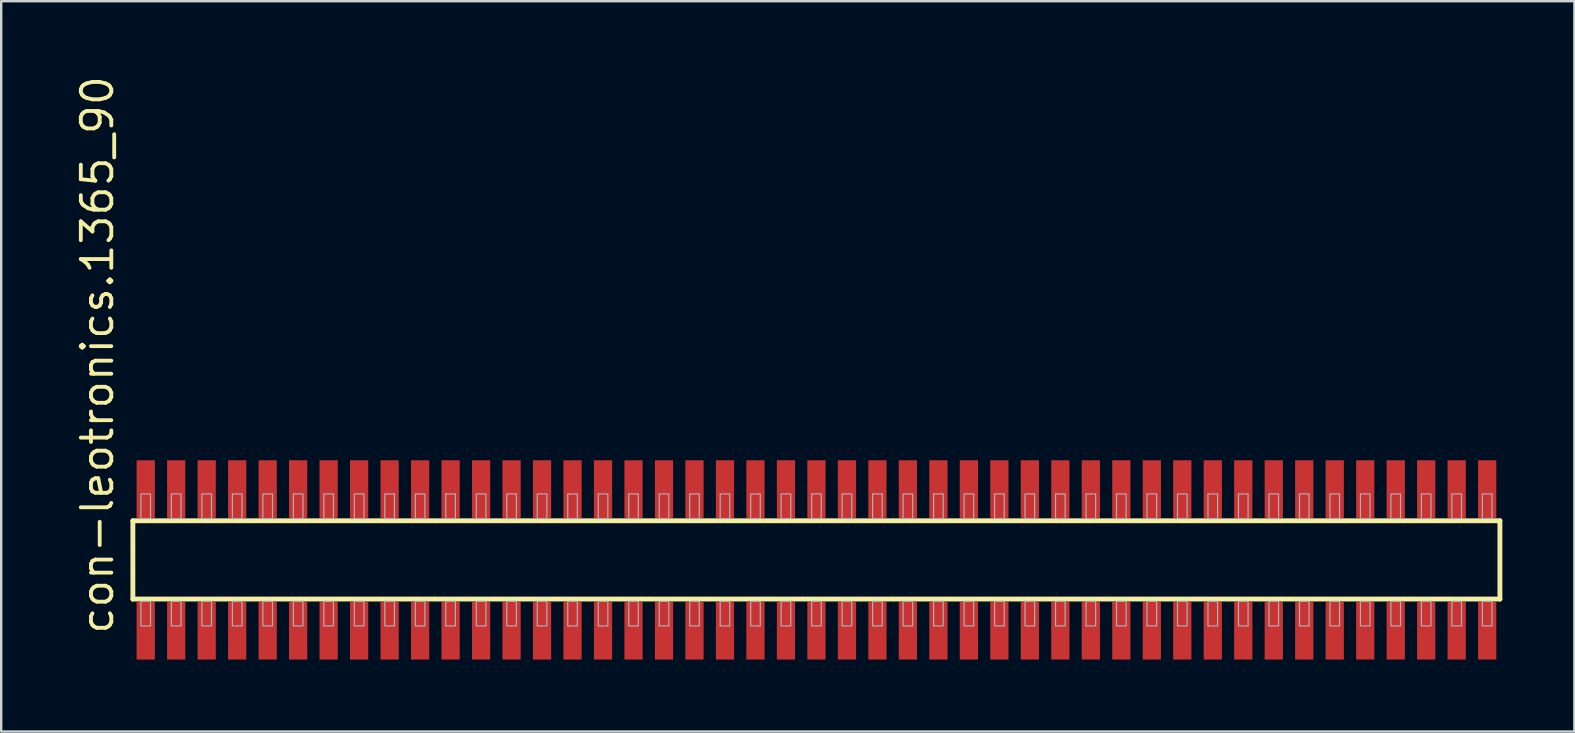
<source format=kicad_pcb>
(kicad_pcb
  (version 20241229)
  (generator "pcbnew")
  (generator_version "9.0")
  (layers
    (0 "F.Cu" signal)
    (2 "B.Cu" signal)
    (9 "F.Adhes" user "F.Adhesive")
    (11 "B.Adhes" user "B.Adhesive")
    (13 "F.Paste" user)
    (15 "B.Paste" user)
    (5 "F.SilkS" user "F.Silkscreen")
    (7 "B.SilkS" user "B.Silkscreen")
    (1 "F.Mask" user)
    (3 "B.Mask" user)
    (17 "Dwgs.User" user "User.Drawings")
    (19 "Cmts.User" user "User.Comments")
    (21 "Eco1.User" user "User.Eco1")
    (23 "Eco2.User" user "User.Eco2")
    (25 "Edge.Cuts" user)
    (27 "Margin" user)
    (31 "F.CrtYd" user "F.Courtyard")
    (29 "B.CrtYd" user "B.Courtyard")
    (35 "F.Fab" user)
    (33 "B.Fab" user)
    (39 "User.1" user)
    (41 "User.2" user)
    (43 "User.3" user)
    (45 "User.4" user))
  (footprint "con-leotronics.1365_90"
    (layer "F.Cu")
    (at 30.96 20.274)
    (property "Reference" "con-leotronics.1365_90" (at -29.21 3.175 90) (layer "F.SilkS") (effects (font (size 1.27 1.27) (thickness 0.16)) (justify left bottom)))
    (attr smd)
    (fp_line (start -28.475 -1.63) (end 28.47 -1.63) (stroke (width 0.203) (type default)) (layer "F.SilkS"))
    (fp_line (start -28.475 1.63) (end -28.475 -1.63) (stroke (width 0.203) (type default)) (layer "F.SilkS"))
    (fp_line (start 28.47 -1.63) (end 28.47 1.63) (stroke (width 0.203) (type default)) (layer "F.SilkS"))
    (fp_line (start 28.47 1.63) (end -28.475 1.63) (stroke (width 0.203) (type default)) (layer "F.SilkS"))
    (fp_rect (start -28.14 -1.725) (end -27.74 -2.75) (stroke (width 0.05) (type default)) (fill no) (layer "F.Fab"))
    (fp_rect (start -28.14 2.75) (end -27.74 1.725) (stroke (width 0.05) (type default)) (fill no) (layer "F.Fab"))
    (fp_rect (start -26.87 -1.725) (end -26.47 -2.75) (stroke (width 0.05) (type default)) (fill no) (layer "F.Fab"))
    (fp_rect (start -26.87 2.75) (end -26.47 1.725) (stroke (width 0.05) (type default)) (fill no) (layer "F.Fab"))
    (fp_rect (start -25.6 -1.725) (end -25.2 -2.75) (stroke (width 0.05) (type default)) (fill no) (layer "F.Fab"))
    (fp_rect (start -25.6 2.75) (end -25.2 1.725) (stroke (width 0.05) (type default)) (fill no) (layer "F.Fab"))
    (fp_rect (start -24.33 -1.725) (end -23.93 -2.75) (stroke (width 0.05) (type default)) (fill no) (layer "F.Fab"))
    (fp_rect (start -24.33 2.75) (end -23.93 1.725) (stroke (width 0.05) (type default)) (fill no) (layer "F.Fab"))
    (fp_rect (start -23.06 -1.725) (end -22.66 -2.75) (stroke (width 0.05) (type default)) (fill no) (layer "F.Fab"))
    (fp_rect (start -23.06 2.75) (end -22.66 1.725) (stroke (width 0.05) (type default)) (fill no) (layer "F.Fab"))
    (fp_rect (start -21.79 -1.725) (end -21.39 -2.75) (stroke (width 0.05) (type default)) (fill no) (layer "F.Fab"))
    (fp_rect (start -21.79 2.75) (end -21.39 1.725) (stroke (width 0.05) (type default)) (fill no) (layer "F.Fab"))
    (fp_rect (start -20.52 -1.725) (end -20.12 -2.75) (stroke (width 0.05) (type default)) (fill no) (layer "F.Fab"))
    (fp_rect (start -20.52 2.75) (end -20.12 1.725) (stroke (width 0.05) (type default)) (fill no) (layer "F.Fab"))
    (fp_rect (start -19.25 -1.725) (end -18.85 -2.75) (stroke (width 0.05) (type default)) (fill no) (layer "F.Fab"))
    (fp_rect (start -19.25 2.75) (end -18.85 1.725) (stroke (width 0.05) (type default)) (fill no) (layer "F.Fab"))
    (fp_rect (start -17.98 -1.725) (end -17.58 -2.75) (stroke (width 0.05) (type default)) (fill no) (layer "F.Fab"))
    (fp_rect (start -17.98 2.75) (end -17.58 1.725) (stroke (width 0.05) (type default)) (fill no) (layer "F.Fab"))
    (fp_rect (start -16.71 -1.725) (end -16.31 -2.75) (stroke (width 0.05) (type default)) (fill no) (layer "F.Fab"))
    (fp_rect (start -16.71 2.75) (end -16.31 1.725) (stroke (width 0.05) (type default)) (fill no) (layer "F.Fab"))
    (fp_rect (start -15.44 -1.725) (end -15.04 -2.75) (stroke (width 0.05) (type default)) (fill no) (layer "F.Fab"))
    (fp_rect (start -15.44 2.75) (end -15.04 1.725) (stroke (width 0.05) (type default)) (fill no) (layer "F.Fab"))
    (fp_rect (start -14.17 -1.725) (end -13.77 -2.75) (stroke (width 0.05) (type default)) (fill no) (layer "F.Fab"))
    (fp_rect (start -14.17 2.75) (end -13.77 1.725) (stroke (width 0.05) (type default)) (fill no) (layer "F.Fab"))
    (fp_rect (start -12.9 -1.725) (end -12.5 -2.75) (stroke (width 0.05) (type default)) (fill no) (layer "F.Fab"))
    (fp_rect (start -12.9 2.75) (end -12.5 1.725) (stroke (width 0.05) (type default)) (fill no) (layer "F.Fab"))
    (fp_rect (start -11.63 -1.725) (end -11.23 -2.75) (stroke (width 0.05) (type default)) (fill no) (layer "F.Fab"))
    (fp_rect (start -11.63 2.75) (end -11.23 1.725) (stroke (width 0.05) (type default)) (fill no) (layer "F.Fab"))
    (fp_rect (start -10.36 -1.725) (end -9.96 -2.75) (stroke (width 0.05) (type default)) (fill no) (layer "F.Fab"))
    (fp_rect (start -10.36 2.75) (end -9.96 1.725) (stroke (width 0.05) (type default)) (fill no) (layer "F.Fab"))
    (fp_rect (start -9.09 -1.725) (end -8.69 -2.75) (stroke (width 0.05) (type default)) (fill no) (layer "F.Fab"))
    (fp_rect (start -9.09 2.75) (end -8.69 1.725) (stroke (width 0.05) (type default)) (fill no) (layer "F.Fab"))
    (fp_rect (start -7.82 -1.725) (end -7.42 -2.75) (stroke (width 0.05) (type default)) (fill no) (layer "F.Fab"))
    (fp_rect (start -7.82 2.75) (end -7.42 1.725) (stroke (width 0.05) (type default)) (fill no) (layer "F.Fab"))
    (fp_rect (start -6.55 -1.725) (end -6.15 -2.75) (stroke (width 0.05) (type default)) (fill no) (layer "F.Fab"))
    (fp_rect (start -6.55 2.75) (end -6.15 1.725) (stroke (width 0.05) (type default)) (fill no) (layer "F.Fab"))
    (fp_rect (start -5.28 -1.725) (end -4.88 -2.75) (stroke (width 0.05) (type default)) (fill no) (layer "F.Fab"))
    (fp_rect (start -5.28 2.75) (end -4.88 1.725) (stroke (width 0.05) (type default)) (fill no) (layer "F.Fab"))
    (fp_rect (start -4.01 -1.725) (end -3.61 -2.75) (stroke (width 0.05) (type default)) (fill no) (layer "F.Fab"))
    (fp_rect (start -4.01 2.75) (end -3.61 1.725) (stroke (width 0.05) (type default)) (fill no) (layer "F.Fab"))
    (fp_rect (start -2.74 -1.725) (end -2.34 -2.75) (stroke (width 0.05) (type default)) (fill no) (layer "F.Fab"))
    (fp_rect (start -2.74 2.75) (end -2.34 1.725) (stroke (width 0.05) (type default)) (fill no) (layer "F.Fab"))
    (fp_rect (start -1.47 -1.725) (end -1.07 -2.75) (stroke (width 0.05) (type default)) (fill no) (layer "F.Fab"))
    (fp_rect (start -1.47 2.75) (end -1.07 1.725) (stroke (width 0.05) (type default)) (fill no) (layer "F.Fab"))
    (fp_rect (start -0.2 -1.725) (end 0.2 -2.75) (stroke (width 0.05) (type default)) (fill no) (layer "F.Fab"))
    (fp_rect (start -0.2 2.75) (end 0.2 1.725) (stroke (width 0.05) (type default)) (fill no) (layer "F.Fab"))
    (fp_rect (start 1.07 -1.725) (end 1.47 -2.75) (stroke (width 0.05) (type default)) (fill no) (layer "F.Fab"))
    (fp_rect (start 1.07 2.75) (end 1.47 1.725) (stroke (width 0.05) (type default)) (fill no) (layer "F.Fab"))
    (fp_rect (start 2.34 -1.725) (end 2.74 -2.75) (stroke (width 0.05) (type default)) (fill no) (layer "F.Fab"))
    (fp_rect (start 2.34 2.75) (end 2.74 1.725) (stroke (width 0.05) (type default)) (fill no) (layer "F.Fab"))
    (fp_rect (start 3.61 -1.725) (end 4.01 -2.75) (stroke (width 0.05) (type default)) (fill no) (layer "F.Fab"))
    (fp_rect (start 3.61 2.75) (end 4.01 1.725) (stroke (width 0.05) (type default)) (fill no) (layer "F.Fab"))
    (fp_rect (start 4.88 -1.725) (end 5.28 -2.75) (stroke (width 0.05) (type default)) (fill no) (layer "F.Fab"))
    (fp_rect (start 4.88 2.75) (end 5.28 1.725) (stroke (width 0.05) (type default)) (fill no) (layer "F.Fab"))
    (fp_rect (start 6.15 -1.725) (end 6.55 -2.75) (stroke (width 0.05) (type default)) (fill no) (layer "F.Fab"))
    (fp_rect (start 6.15 2.75) (end 6.55 1.725) (stroke (width 0.05) (type default)) (fill no) (layer "F.Fab"))
    (fp_rect (start 7.42 -1.725) (end 7.82 -2.75) (stroke (width 0.05) (type default)) (fill no) (layer "F.Fab"))
    (fp_rect (start 7.42 2.75) (end 7.82 1.725) (stroke (width 0.05) (type default)) (fill no) (layer "F.Fab"))
    (fp_rect (start 8.69 -1.725) (end 9.09 -2.75) (stroke (width 0.05) (type default)) (fill no) (layer "F.Fab"))
    (fp_rect (start 8.69 2.75) (end 9.09 1.725) (stroke (width 0.05) (type default)) (fill no) (layer "F.Fab"))
    (fp_rect (start 9.96 -1.725) (end 10.36 -2.75) (stroke (width 0.05) (type default)) (fill no) (layer "F.Fab"))
    (fp_rect (start 9.96 2.75) (end 10.36 1.725) (stroke (width 0.05) (type default)) (fill no) (layer "F.Fab"))
    (fp_rect (start 11.23 -1.725) (end 11.63 -2.75) (stroke (width 0.05) (type default)) (fill no) (layer "F.Fab"))
    (fp_rect (start 11.23 2.75) (end 11.63 1.725) (stroke (width 0.05) (type default)) (fill no) (layer "F.Fab"))
    (fp_rect (start 12.5 -1.725) (end 12.9 -2.75) (stroke (width 0.05) (type default)) (fill no) (layer "F.Fab"))
    (fp_rect (start 12.5 2.75) (end 12.9 1.725) (stroke (width 0.05) (type default)) (fill no) (layer "F.Fab"))
    (fp_rect (start 13.77 -1.725) (end 14.17 -2.75) (stroke (width 0.05) (type default)) (fill no) (layer "F.Fab"))
    (fp_rect (start 13.77 2.75) (end 14.17 1.725) (stroke (width 0.05) (type default)) (fill no) (layer "F.Fab"))
    (fp_rect (start 15.04 -1.725) (end 15.44 -2.75) (stroke (width 0.05) (type default)) (fill no) (layer "F.Fab"))
    (fp_rect (start 15.04 2.75) (end 15.44 1.725) (stroke (width 0.05) (type default)) (fill no) (layer "F.Fab"))
    (fp_rect (start 16.31 -1.725) (end 16.71 -2.75) (stroke (width 0.05) (type default)) (fill no) (layer "F.Fab"))
    (fp_rect (start 16.31 2.75) (end 16.71 1.725) (stroke (width 0.05) (type default)) (fill no) (layer "F.Fab"))
    (fp_rect (start 17.58 -1.725) (end 17.98 -2.75) (stroke (width 0.05) (type default)) (fill no) (layer "F.Fab"))
    (fp_rect (start 17.58 2.75) (end 17.98 1.725) (stroke (width 0.05) (type default)) (fill no) (layer "F.Fab"))
    (fp_rect (start 18.85 -1.725) (end 19.25 -2.75) (stroke (width 0.05) (type default)) (fill no) (layer "F.Fab"))
    (fp_rect (start 18.85 2.75) (end 19.25 1.725) (stroke (width 0.05) (type default)) (fill no) (layer "F.Fab"))
    (fp_rect (start 20.12 -1.725) (end 20.52 -2.75) (stroke (width 0.05) (type default)) (fill no) (layer "F.Fab"))
    (fp_rect (start 20.12 2.75) (end 20.52 1.725) (stroke (width 0.05) (type default)) (fill no) (layer "F.Fab"))
    (fp_rect (start 21.39 -1.725) (end 21.79 -2.75) (stroke (width 0.05) (type default)) (fill no) (layer "F.Fab"))
    (fp_rect (start 21.39 2.75) (end 21.79 1.725) (stroke (width 0.05) (type default)) (fill no) (layer "F.Fab"))
    (fp_rect (start 22.66 -1.725) (end 23.06 -2.75) (stroke (width 0.05) (type default)) (fill no) (layer "F.Fab"))
    (fp_rect (start 22.66 2.75) (end 23.06 1.725) (stroke (width 0.05) (type default)) (fill no) (layer "F.Fab"))
    (fp_rect (start 23.93 -1.725) (end 24.33 -2.75) (stroke (width 0.05) (type default)) (fill no) (layer "F.Fab"))
    (fp_rect (start 23.93 2.75) (end 24.33 1.725) (stroke (width 0.05) (type default)) (fill no) (layer "F.Fab"))
    (fp_rect (start 25.2 -1.725) (end 25.6 -2.75) (stroke (width 0.05) (type default)) (fill no) (layer "F.Fab"))
    (fp_rect (start 25.2 2.75) (end 25.6 1.725) (stroke (width 0.05) (type default)) (fill no) (layer "F.Fab"))
    (fp_rect (start 26.47 -1.725) (end 26.87 -2.75) (stroke (width 0.05) (type default)) (fill no) (layer "F.Fab"))
    (fp_rect (start 26.47 2.75) (end 26.87 1.725) (stroke (width 0.05) (type default)) (fill no) (layer "F.Fab"))
    (fp_rect (start 27.74 -1.725) (end 28.14 -2.75) (stroke (width 0.05) (type default)) (fill no) (layer "F.Fab"))
    (fp_rect (start 27.74 2.75) (end 28.14 1.725) (stroke (width 0.05) (type default)) (fill no) (layer "F.Fab"))
    (pad "1" smd roundrect (at -27.94 2.95) (size 0.76 2.4) (layers "F.Cu" "F.Mask" "F.Paste") (roundrect_rratio 0.01))
    (pad "2" smd roundrect (at -27.94 -2.95) (size 0.76 2.4) (layers "F.Cu" "F.Mask" "F.Paste") (roundrect_rratio 0.01))
    (pad "3" smd roundrect (at -26.67 2.95) (size 0.76 2.4) (layers "F.Cu" "F.Mask" "F.Paste") (roundrect_rratio 0.01))
    (pad "4" smd roundrect (at -26.67 -2.95) (size 0.76 2.4) (layers "F.Cu" "F.Mask" "F.Paste") (roundrect_rratio 0.01))
    (pad "5" smd roundrect (at -25.4 2.95) (size 0.76 2.4) (layers "F.Cu" "F.Mask" "F.Paste") (roundrect_rratio 0.01))
    (pad "6" smd roundrect (at -25.4 -2.95) (size 0.76 2.4) (layers "F.Cu" "F.Mask" "F.Paste") (roundrect_rratio 0.01))
    (pad "7" smd roundrect (at -24.13 2.95) (size 0.76 2.4) (layers "F.Cu" "F.Mask" "F.Paste") (roundrect_rratio 0.01))
    (pad "8" smd roundrect (at -24.13 -2.95) (size 0.76 2.4) (layers "F.Cu" "F.Mask" "F.Paste") (roundrect_rratio 0.01))
    (pad "9" smd roundrect (at -22.86 2.95) (size 0.76 2.4) (layers "F.Cu" "F.Mask" "F.Paste") (roundrect_rratio 0.01))
    (pad "10" smd roundrect (at -22.86 -2.95) (size 0.76 2.4) (layers "F.Cu" "F.Mask" "F.Paste") (roundrect_rratio 0.01))
    (pad "11" smd roundrect (at -21.59 2.95) (size 0.76 2.4) (layers "F.Cu" "F.Mask" "F.Paste") (roundrect_rratio 0.01))
    (pad "12" smd roundrect (at -21.59 -2.95) (size 0.76 2.4) (layers "F.Cu" "F.Mask" "F.Paste") (roundrect_rratio 0.01))
    (pad "13" smd roundrect (at -20.32 2.95) (size 0.76 2.4) (layers "F.Cu" "F.Mask" "F.Paste") (roundrect_rratio 0.01))
    (pad "14" smd roundrect (at -20.32 -2.95) (size 0.76 2.4) (layers "F.Cu" "F.Mask" "F.Paste") (roundrect_rratio 0.01))
    (pad "15" smd roundrect (at -19.05 2.95) (size 0.76 2.4) (layers "F.Cu" "F.Mask" "F.Paste") (roundrect_rratio 0.01))
    (pad "16" smd roundrect (at -19.05 -2.95) (size 0.76 2.4) (layers "F.Cu" "F.Mask" "F.Paste") (roundrect_rratio 0.01))
    (pad "17" smd roundrect (at -17.78 2.95) (size 0.76 2.4) (layers "F.Cu" "F.Mask" "F.Paste") (roundrect_rratio 0.01))
    (pad "18" smd roundrect (at -17.78 -2.95) (size 0.76 2.4) (layers "F.Cu" "F.Mask" "F.Paste") (roundrect_rratio 0.01))
    (pad "19" smd roundrect (at -16.51 2.95) (size 0.76 2.4) (layers "F.Cu" "F.Mask" "F.Paste") (roundrect_rratio 0.01))
    (pad "20" smd roundrect (at -16.51 -2.95) (size 0.76 2.4) (layers "F.Cu" "F.Mask" "F.Paste") (roundrect_rratio 0.01))
    (pad "21" smd roundrect (at -15.24 2.95) (size 0.76 2.4) (layers "F.Cu" "F.Mask" "F.Paste") (roundrect_rratio 0.01))
    (pad "22" smd roundrect (at -15.24 -2.95) (size 0.76 2.4) (layers "F.Cu" "F.Mask" "F.Paste") (roundrect_rratio 0.01))
    (pad "23" smd roundrect (at -13.97 2.95) (size 0.76 2.4) (layers "F.Cu" "F.Mask" "F.Paste") (roundrect_rratio 0.01))
    (pad "24" smd roundrect (at -13.97 -2.95) (size 0.76 2.4) (layers "F.Cu" "F.Mask" "F.Paste") (roundrect_rratio 0.01))
    (pad "25" smd roundrect (at -12.7 2.95) (size 0.76 2.4) (layers "F.Cu" "F.Mask" "F.Paste") (roundrect_rratio 0.01))
    (pad "26" smd roundrect (at -12.7 -2.95) (size 0.76 2.4) (layers "F.Cu" "F.Mask" "F.Paste") (roundrect_rratio 0.01))
    (pad "27" smd roundrect (at -11.43 2.95) (size 0.76 2.4) (layers "F.Cu" "F.Mask" "F.Paste") (roundrect_rratio 0.01))
    (pad "28" smd roundrect (at -11.43 -2.95) (size 0.76 2.4) (layers "F.Cu" "F.Mask" "F.Paste") (roundrect_rratio 0.01))
    (pad "29" smd roundrect (at -10.16 2.95) (size 0.76 2.4) (layers "F.Cu" "F.Mask" "F.Paste") (roundrect_rratio 0.01))
    (pad "30" smd roundrect (at -10.16 -2.95) (size 0.76 2.4) (layers "F.Cu" "F.Mask" "F.Paste") (roundrect_rratio 0.01))
    (pad "31" smd roundrect (at -8.89 2.95) (size 0.76 2.4) (layers "F.Cu" "F.Mask" "F.Paste") (roundrect_rratio 0.01))
    (pad "32" smd roundrect (at -8.89 -2.95) (size 0.76 2.4) (layers "F.Cu" "F.Mask" "F.Paste") (roundrect_rratio 0.01))
    (pad "33" smd roundrect (at -7.62 2.95) (size 0.76 2.4) (layers "F.Cu" "F.Mask" "F.Paste") (roundrect_rratio 0.01))
    (pad "34" smd roundrect (at -7.62 -2.95) (size 0.76 2.4) (layers "F.Cu" "F.Mask" "F.Paste") (roundrect_rratio 0.01))
    (pad "35" smd roundrect (at -6.35 2.95) (size 0.76 2.4) (layers "F.Cu" "F.Mask" "F.Paste") (roundrect_rratio 0.01))
    (pad "36" smd roundrect (at -6.35 -2.95) (size 0.76 2.4) (layers "F.Cu" "F.Mask" "F.Paste") (roundrect_rratio 0.01))
    (pad "37" smd roundrect (at -5.08 2.95) (size 0.76 2.4) (layers "F.Cu" "F.Mask" "F.Paste") (roundrect_rratio 0.01))
    (pad "38" smd roundrect (at -5.08 -2.95) (size 0.76 2.4) (layers "F.Cu" "F.Mask" "F.Paste") (roundrect_rratio 0.01))
    (pad "39" smd roundrect (at -3.81 2.95) (size 0.76 2.4) (layers "F.Cu" "F.Mask" "F.Paste") (roundrect_rratio 0.01))
    (pad "40" smd roundrect (at -3.81 -2.95) (size 0.76 2.4) (layers "F.Cu" "F.Mask" "F.Paste") (roundrect_rratio 0.01))
    (pad "41" smd roundrect (at -2.54 2.95) (size 0.76 2.4) (layers "F.Cu" "F.Mask" "F.Paste") (roundrect_rratio 0.01))
    (pad "42" smd roundrect (at -2.54 -2.95) (size 0.76 2.4) (layers "F.Cu" "F.Mask" "F.Paste") (roundrect_rratio 0.01))
    (pad "43" smd roundrect (at -1.27 2.95) (size 0.76 2.4) (layers "F.Cu" "F.Mask" "F.Paste") (roundrect_rratio 0.01))
    (pad "44" smd roundrect (at -1.27 -2.95) (size 0.76 2.4) (layers "F.Cu" "F.Mask" "F.Paste") (roundrect_rratio 0.01))
    (pad "45" smd roundrect (at 0 2.95) (size 0.76 2.4) (layers "F.Cu" "F.Mask" "F.Paste") (roundrect_rratio 0.01))
    (pad "46" smd roundrect (at 0 -2.95) (size 0.76 2.4) (layers "F.Cu" "F.Mask" "F.Paste") (roundrect_rratio 0.01))
    (pad "47" smd roundrect (at 1.27 2.95) (size 0.76 2.4) (layers "F.Cu" "F.Mask" "F.Paste") (roundrect_rratio 0.01))
    (pad "48" smd roundrect (at 1.27 -2.95) (size 0.76 2.4) (layers "F.Cu" "F.Mask" "F.Paste") (roundrect_rratio 0.01))
    (pad "49" smd roundrect (at 2.54 2.95) (size 0.76 2.4) (layers "F.Cu" "F.Mask" "F.Paste") (roundrect_rratio 0.01))
    (pad "50" smd roundrect (at 2.54 -2.95) (size 0.76 2.4) (layers "F.Cu" "F.Mask" "F.Paste") (roundrect_rratio 0.01))
    (pad "51" smd roundrect (at 3.81 2.95) (size 0.76 2.4) (layers "F.Cu" "F.Mask" "F.Paste") (roundrect_rratio 0.01))
    (pad "52" smd roundrect (at 3.81 -2.95) (size 0.76 2.4) (layers "F.Cu" "F.Mask" "F.Paste") (roundrect_rratio 0.01))
    (pad "53" smd roundrect (at 5.08 2.95) (size 0.76 2.4) (layers "F.Cu" "F.Mask" "F.Paste") (roundrect_rratio 0.01))
    (pad "54" smd roundrect (at 5.08 -2.95) (size 0.76 2.4) (layers "F.Cu" "F.Mask" "F.Paste") (roundrect_rratio 0.01))
    (pad "55" smd roundrect (at 6.35 2.95) (size 0.76 2.4) (layers "F.Cu" "F.Mask" "F.Paste") (roundrect_rratio 0.01))
    (pad "56" smd roundrect (at 6.35 -2.95) (size 0.76 2.4) (layers "F.Cu" "F.Mask" "F.Paste") (roundrect_rratio 0.01))
    (pad "57" smd roundrect (at 7.62 2.95) (size 0.76 2.4) (layers "F.Cu" "F.Mask" "F.Paste") (roundrect_rratio 0.01))
    (pad "58" smd roundrect (at 7.62 -2.95) (size 0.76 2.4) (layers "F.Cu" "F.Mask" "F.Paste") (roundrect_rratio 0.01))
    (pad "59" smd roundrect (at 8.89 2.95) (size 0.76 2.4) (layers "F.Cu" "F.Mask" "F.Paste") (roundrect_rratio 0.01))
    (pad "60" smd roundrect (at 8.89 -2.95) (size 0.76 2.4) (layers "F.Cu" "F.Mask" "F.Paste") (roundrect_rratio 0.01))
    (pad "61" smd roundrect (at 10.16 2.95) (size 0.76 2.4) (layers "F.Cu" "F.Mask" "F.Paste") (roundrect_rratio 0.01))
    (pad "62" smd roundrect (at 10.16 -2.95) (size 0.76 2.4) (layers "F.Cu" "F.Mask" "F.Paste") (roundrect_rratio 0.01))
    (pad "63" smd roundrect (at 11.43 2.95) (size 0.76 2.4) (layers "F.Cu" "F.Mask" "F.Paste") (roundrect_rratio 0.01))
    (pad "64" smd roundrect (at 11.43 -2.95) (size 0.76 2.4) (layers "F.Cu" "F.Mask" "F.Paste") (roundrect_rratio 0.01))
    (pad "65" smd roundrect (at 12.7 2.95) (size 0.76 2.4) (layers "F.Cu" "F.Mask" "F.Paste") (roundrect_rratio 0.01))
    (pad "66" smd roundrect (at 12.7 -2.95) (size 0.76 2.4) (layers "F.Cu" "F.Mask" "F.Paste") (roundrect_rratio 0.01))
    (pad "67" smd roundrect (at 13.97 2.95) (size 0.76 2.4) (layers "F.Cu" "F.Mask" "F.Paste") (roundrect_rratio 0.01))
    (pad "68" smd roundrect (at 13.97 -2.95) (size 0.76 2.4) (layers "F.Cu" "F.Mask" "F.Paste") (roundrect_rratio 0.01))
    (pad "69" smd roundrect (at 15.24 2.95) (size 0.76 2.4) (layers "F.Cu" "F.Mask" "F.Paste") (roundrect_rratio 0.01))
    (pad "70" smd roundrect (at 15.24 -2.95) (size 0.76 2.4) (layers "F.Cu" "F.Mask" "F.Paste") (roundrect_rratio 0.01))
    (pad "71" smd roundrect (at 16.51 2.95) (size 0.76 2.4) (layers "F.Cu" "F.Mask" "F.Paste") (roundrect_rratio 0.01))
    (pad "72" smd roundrect (at 16.51 -2.95) (size 0.76 2.4) (layers "F.Cu" "F.Mask" "F.Paste") (roundrect_rratio 0.01))
    (pad "73" smd roundrect (at 17.78 2.95) (size 0.76 2.4) (layers "F.Cu" "F.Mask" "F.Paste") (roundrect_rratio 0.01))
    (pad "74" smd roundrect (at 17.78 -2.95) (size 0.76 2.4) (layers "F.Cu" "F.Mask" "F.Paste") (roundrect_rratio 0.01))
    (pad "75" smd roundrect (at 19.05 2.95) (size 0.76 2.4) (layers "F.Cu" "F.Mask" "F.Paste") (roundrect_rratio 0.01))
    (pad "76" smd roundrect (at 19.05 -2.95) (size 0.76 2.4) (layers "F.Cu" "F.Mask" "F.Paste") (roundrect_rratio 0.01))
    (pad "77" smd roundrect (at 20.32 2.95) (size 0.76 2.4) (layers "F.Cu" "F.Mask" "F.Paste") (roundrect_rratio 0.01))
    (pad "78" smd roundrect (at 20.32 -2.95) (size 0.76 2.4) (layers "F.Cu" "F.Mask" "F.Paste") (roundrect_rratio 0.01))
    (pad "79" smd roundrect (at 21.59 2.95) (size 0.76 2.4) (layers "F.Cu" "F.Mask" "F.Paste") (roundrect_rratio 0.01))
    (pad "80" smd roundrect (at 21.59 -2.95) (size 0.76 2.4) (layers "F.Cu" "F.Mask" "F.Paste") (roundrect_rratio 0.01))
    (pad "81" smd roundrect (at 22.86 2.95) (size 0.76 2.4) (layers "F.Cu" "F.Mask" "F.Paste") (roundrect_rratio 0.01))
    (pad "82" smd roundrect (at 22.86 -2.95) (size 0.76 2.4) (layers "F.Cu" "F.Mask" "F.Paste") (roundrect_rratio 0.01))
    (pad "83" smd roundrect (at 24.13 2.95) (size 0.76 2.4) (layers "F.Cu" "F.Mask" "F.Paste") (roundrect_rratio 0.01))
    (pad "84" smd roundrect (at 24.13 -2.95) (size 0.76 2.4) (layers "F.Cu" "F.Mask" "F.Paste") (roundrect_rratio 0.01))
    (pad "85" smd roundrect (at 25.4 2.95) (size 0.76 2.4) (layers "F.Cu" "F.Mask" "F.Paste") (roundrect_rratio 0.01))
    (pad "86" smd roundrect (at 25.4 -2.95) (size 0.76 2.4) (layers "F.Cu" "F.Mask" "F.Paste") (roundrect_rratio 0.01))
    (pad "87" smd roundrect (at 26.67 2.95) (size 0.76 2.4) (layers "F.Cu" "F.Mask" "F.Paste") (roundrect_rratio 0.01))
    (pad "88" smd roundrect (at 26.67 -2.95) (size 0.76 2.4) (layers "F.Cu" "F.Mask" "F.Paste") (roundrect_rratio 0.01))
    (pad "89" smd roundrect (at 27.94 2.95) (size 0.76 2.4) (layers "F.Cu" "F.Mask" "F.Paste") (roundrect_rratio 0.01))
    (pad "90" smd roundrect (at 27.94 -2.95) (size 0.76 2.4) (layers "F.Cu" "F.Mask" "F.Paste") (roundrect_rratio 0.01)))
  (gr_rect
    (start -3 -3)
    (end 62.532 27.424)
    (stroke (width 0.1) (type default))
    (fill no)
    (layer "Edge.Cuts")))
</source>
